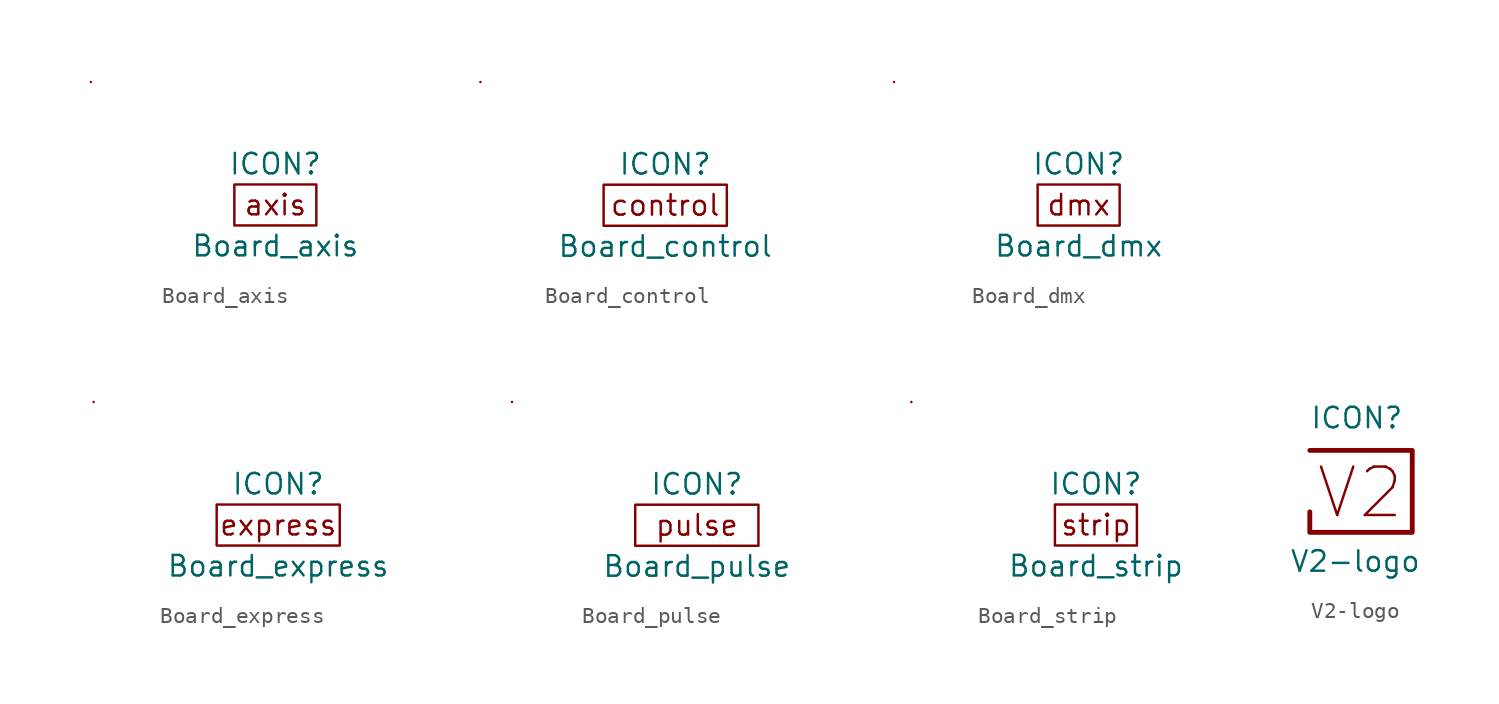
<source format=kicad_sym>
(kicad_symbol_lib
  (version 20220914)
  (generator kicad_symbol_editor)
  (symbol "Board_axis"
    (property "Reference" "ICON"
      (at 0 2.54 0)
      (effects (font (size 1.27 1.27))))
    (property "Value" "Board_axis"
      (at 0 -2.54 0)
      (effects (font (size 1.27 1.27))))
    (symbol "Board_axis_0_0"
      (rectangle (start -11.43 7.62) (end -11.43 7.62) (stroke (width 0) (type default)) (fill (type none)))
      (rectangle (start 2.54 -1.27) (end -2.54 1.27) (stroke (width 0) (type default)) (fill (type none)))
      (text "axis" (at 0 0 0) (effects (font (size 1.27 1.27))))))
  (symbol "Board_control"
    (property "Reference" "ICON"
      (at 0 2.54 0)
      (effects (font (size 1.27 1.27))))
    (property "Value" "Board_control"
      (at 0 -2.54 0)
      (effects (font (size 1.27 1.27))))
    (symbol "Board_control_0_0"
      (rectangle (start -11.43 7.62) (end -11.43 7.62) (stroke (width 0) (type default)) (fill (type none)))
      (rectangle (start -3.81 1.27) (end 3.81 -1.27) (stroke (width 0) (type default)) (fill (type none)))
      (text "control" (at 0 0 0) (effects (font (size 1.27 1.27))))))
  (symbol "Board_dmx"
    (property "Reference" "ICON"
      (at 0 2.54 0)
      (effects (font (size 1.27 1.27))))
    (property "Value" "Board_dmx"
      (at 0 -2.54 0)
      (effects (font (size 1.27 1.27))))
    (symbol "Board_dmx_0_0"
      (rectangle (start -11.43 7.62) (end -11.43 7.62) (stroke (width 0) (type default)) (fill (type none)))
      (rectangle (start 2.54 -1.27) (end -2.54 1.27) (stroke (width 0) (type default)) (fill (type none)))
      (text "dmx" (at 0 0 0) (effects (font (size 1.27 1.27))))))
  (symbol "Board_express"
    (property "Reference" "ICON"
      (at 0 2.54 0)
      (effects (font (size 1.27 1.27))))
    (property "Value" "Board_express"
      (at 0 -2.54 0)
      (effects (font (size 1.27 1.27))))
    (symbol "Board_express_0_0"
      (rectangle (start -11.43 7.62) (end -11.43 7.62) (stroke (width 0) (type default)) (fill (type none)))
      (rectangle (start -3.81 1.27) (end 3.81 -1.27) (stroke (width 0) (type default)) (fill (type none)))
      (text "express" (at 0 0 0) (effects (font (size 1.27 1.27))))))
  (symbol "Board_pulse"
    (property "Reference" "ICON"
      (at 0 2.54 0)
      (effects (font (size 1.27 1.27))))
    (property "Value" "Board_pulse"
      (at 0 -2.54 0)
      (effects (font (size 1.27 1.27))))
    (symbol "Board_pulse_0_0"
      (rectangle (start -11.43 7.62) (end -11.43 7.62) (stroke (width 0) (type default)) (fill (type none)))
      (rectangle (start -3.81 1.27) (end 3.81 -1.27) (stroke (width 0) (type default)) (fill (type none)))
      (text "pulse" (at 0 0 0) (effects (font (size 1.27 1.27))))))
  (symbol "Board_strip"
    (property "Reference" "ICON"
      (at 0 2.54 0)
      (effects (font (size 1.27 1.27))))
    (property "Value" "Board_strip"
      (at 0 -2.54 0)
      (effects (font (size 1.27 1.27))))
    (symbol "Board_strip_0_0"
      (rectangle (start -11.43 7.62) (end -11.43 7.62) (stroke (width 0) (type default)) (fill (type none)))
      (rectangle (start 2.54 -1.27) (end -2.54 1.27) (stroke (width 0) (type default)) (fill (type none)))
      (text "strip" (at 0 0 0) (effects (font (size 1.27 1.27))))))
  (symbol "V2-logo"
    (property "Reference" "ICON"
      (at -3.81 2.54 0)
      (effects (font (size 1.27 1.27)) (justify left bottom)))
    (property "Value" "V2-logo"
      (at -5.08 -6.35 0)
      (effects (font (size 1.27 1.27)) (justify left bottom)))
    (symbol "V2-logo_1_0"
      (polyline (pts (xy -3.81 1.27) (xy 2.54 1.27) (xy 2.54 -3.81) (xy -3.81 -3.81) (xy -3.81 -2.54)) (stroke (width 0.3) (type default)) (fill (type none)))
      (text "V2" (at -0.687 -1.353 0) (effects (font (size 3 3)))))))
</source>
